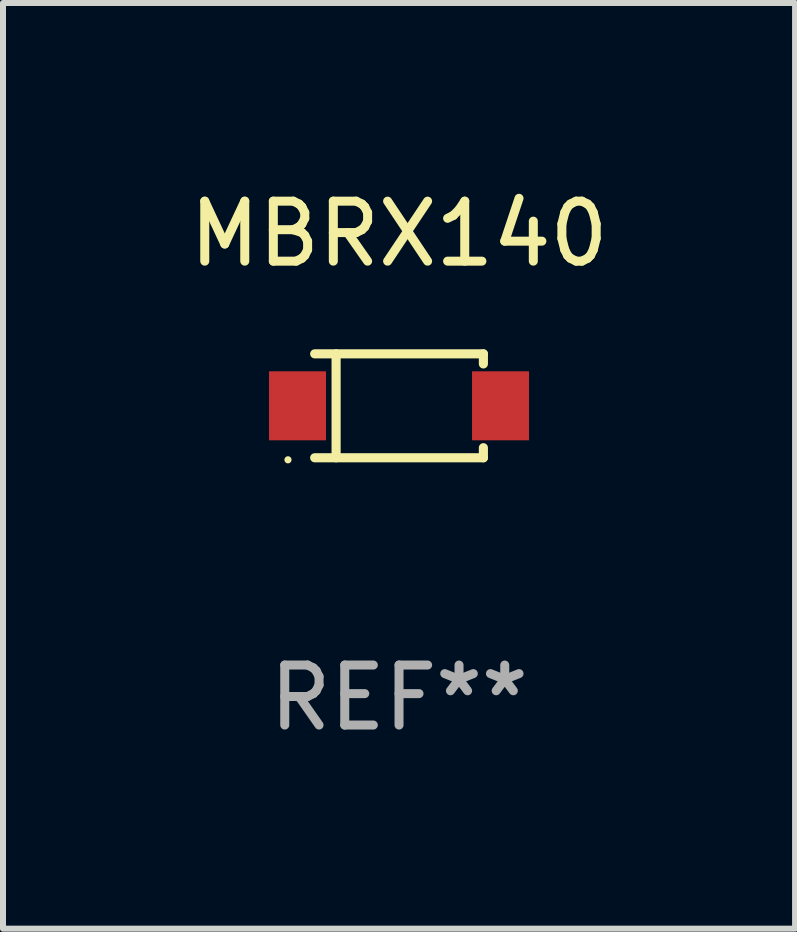
<source format=kicad_pcb>
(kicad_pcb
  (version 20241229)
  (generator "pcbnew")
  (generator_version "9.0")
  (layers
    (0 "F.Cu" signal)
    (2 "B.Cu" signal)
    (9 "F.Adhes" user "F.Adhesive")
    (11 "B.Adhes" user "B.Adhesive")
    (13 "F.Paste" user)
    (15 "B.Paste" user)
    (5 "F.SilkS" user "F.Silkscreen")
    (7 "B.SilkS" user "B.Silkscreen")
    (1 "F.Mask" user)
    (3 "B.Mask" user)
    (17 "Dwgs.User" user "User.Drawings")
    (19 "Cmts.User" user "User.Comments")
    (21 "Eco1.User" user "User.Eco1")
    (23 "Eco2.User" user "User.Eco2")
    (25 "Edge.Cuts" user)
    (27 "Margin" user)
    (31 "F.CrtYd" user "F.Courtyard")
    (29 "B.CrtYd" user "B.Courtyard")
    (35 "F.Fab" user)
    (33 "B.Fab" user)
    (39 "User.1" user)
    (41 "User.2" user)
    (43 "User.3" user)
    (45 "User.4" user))
  (footprint "MBRX140"
    (layer "F.Cu")
    (at 3.601 3.714)
    (property "Reference" "MBRX140" (at 0 -2.866 0) (layer "F.SilkS") (effects (font (size 1 1) (thickness 0.15))))
    (attr through_hole)
    (fp_line (start -1.406 -0.866) (end 1.406 -0.866) (stroke (width 0.152) (type solid)) (layer "F.SilkS"))
    (fp_line (start -1.406 0.866) (end 1.406 0.866) (stroke (width 0.152) (type solid)) (layer "F.SilkS"))
    (fp_line (start -1.049 -0.866) (end -1.049 0.866) (stroke (width 0.152) (type solid)) (layer "F.SilkS"))
    (fp_line (start 1.406 -0.866) (end 1.406 -0.698) (stroke (width 0.152) (type solid)) (layer "F.SilkS"))
    (fp_line (start 1.406 0.866) (end 1.406 0.698) (stroke (width 0.152) (type solid)) (layer "F.SilkS"))
    (fp_circle (center -1.851 0.9) (end -1.821 0.9) (stroke (width 0.06) (type solid)) (fill no) (layer "F.SilkS"))
    (fp_text user "REF**" (at 0 4.866 0) (layer "F.Fab") (effects (font (size 1 1) (thickness 0.15))))
    (pad "1" smd rect (at -1.692 0) (size 0.95 1.15) (layers "F.Cu" "F.Mask" "F.Paste"))
    (pad "2" smd rect (at 1.692 0) (size 0.95 1.15) (layers "F.Cu" "F.Mask" "F.Paste")))
  (gr_rect
    (start -3 -3)
    (end 10.202 12.429)
    (stroke (width 0.1) (type default))
    (fill no)
    (layer "Edge.Cuts")))
</source>
